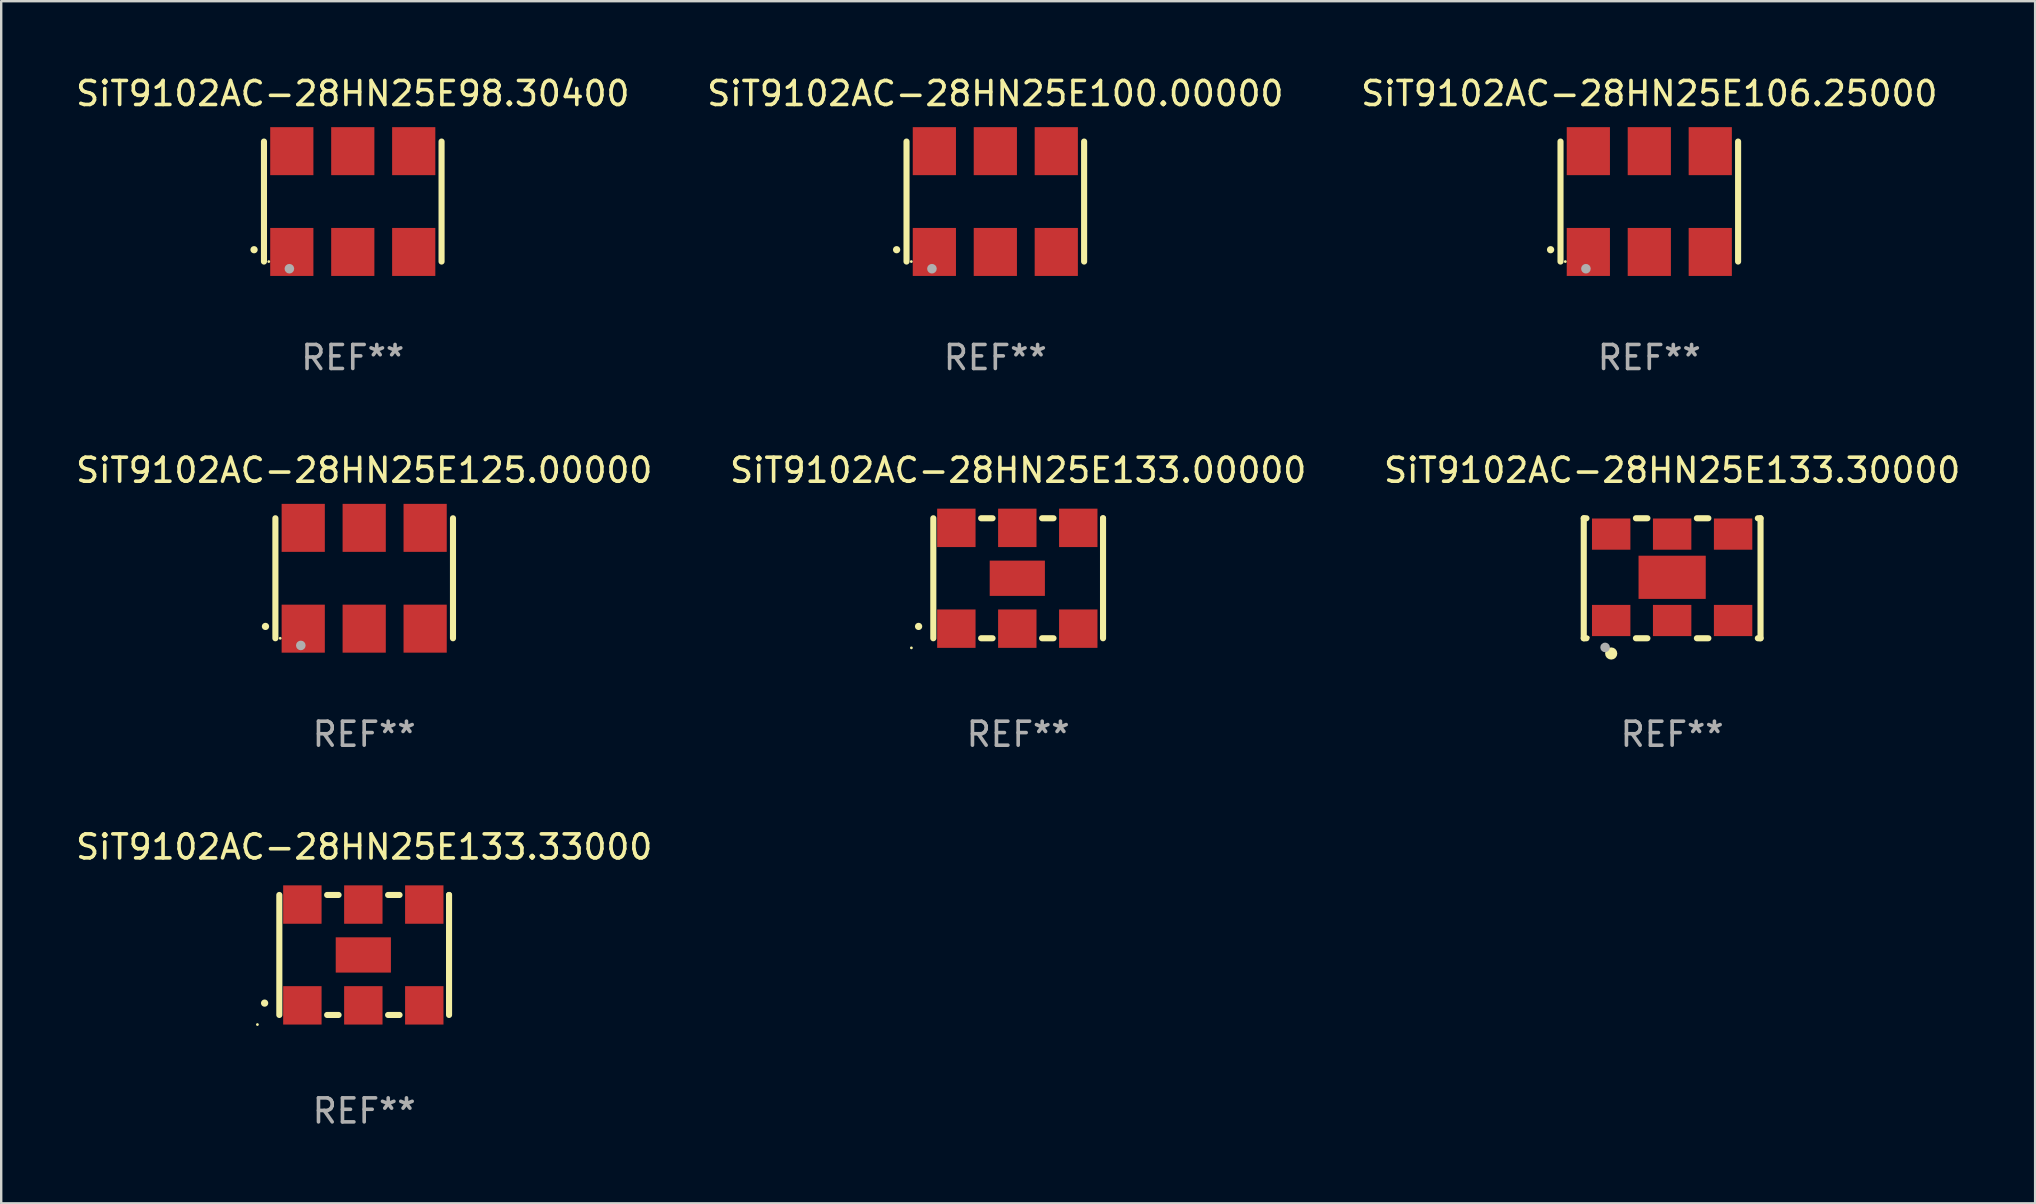
<source format=kicad_pcb>
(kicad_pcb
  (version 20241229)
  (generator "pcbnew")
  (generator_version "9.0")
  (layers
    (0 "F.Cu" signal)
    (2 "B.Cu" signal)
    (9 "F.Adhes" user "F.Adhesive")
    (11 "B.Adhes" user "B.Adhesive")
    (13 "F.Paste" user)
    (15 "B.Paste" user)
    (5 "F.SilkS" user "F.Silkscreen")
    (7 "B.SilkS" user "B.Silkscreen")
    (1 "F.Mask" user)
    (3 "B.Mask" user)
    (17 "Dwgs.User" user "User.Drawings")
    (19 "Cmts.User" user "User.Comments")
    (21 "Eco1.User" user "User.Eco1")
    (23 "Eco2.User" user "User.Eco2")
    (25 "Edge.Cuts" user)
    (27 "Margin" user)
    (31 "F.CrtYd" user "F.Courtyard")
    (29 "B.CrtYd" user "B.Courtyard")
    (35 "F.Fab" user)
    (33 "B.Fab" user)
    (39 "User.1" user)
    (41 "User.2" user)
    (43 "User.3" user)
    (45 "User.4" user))
  (footprint "SiT9102AC-28HN25E133.00000"
    (layer "F.Cu")
    (at 39.375 21.045)
    (property "Reference" "SiT9102AC-28HN25E133.00000" (at 0 -4.5 0) (layer "F.SilkS") (effects (font (size 1 1) (thickness 0.15))))
    (attr through_hole)
    (fp_line (start -3.536 -2.5) (end -3.536 2.5) (stroke (width 0.254) (type solid)) (layer "F.SilkS"))
    (fp_line (start -1.544 2.5) (end -1.067 2.5) (stroke (width 0.254) (type solid)) (layer "F.SilkS"))
    (fp_line (start -1.067 -2.5) (end -1.544 -2.5) (stroke (width 0.254) (type solid)) (layer "F.SilkS"))
    (fp_line (start 0.996 2.5) (end 1.473 2.5) (stroke (width 0.254) (type solid)) (layer "F.SilkS"))
    (fp_line (start 1.473 -2.5) (end 0.996 -2.5) (stroke (width 0.254) (type solid)) (layer "F.SilkS"))
    (fp_line (start 3.536 -2.5) (end 3.536 -2.5) (stroke (width 0.254) (type solid)) (layer "F.SilkS"))
    (fp_line (start 3.536 2.5) (end 3.536 -2.5) (stroke (width 0.254) (type solid)) (layer "F.SilkS"))
    (fp_arc (start -4.150432 2.006604) (mid -4.149162 2.006599) (end -4.147892 2.006604) (stroke (width 0.3) (type solid)) (layer "F.SilkS"))
    (fp_circle (center -4.449 2.9) (end -4.419 2.9) (stroke (width 0.06) (type solid)) (fill no) (layer "F.SilkS"))
    (fp_text user "REF**" (at 0 6.5 0) (layer "F.Fab") (effects (font (size 1 1) (thickness 0.15))))
    (pad "1" smd rect (at -2.576 2.1) (size 1.6 1.6) (layers "F.Cu" "F.Mask" "F.Paste"))
    (pad "2" smd rect (at -0.036 2.1) (size 1.6 1.6) (layers "F.Cu" "F.Mask" "F.Paste"))
    (pad "3" smd rect (at 2.504 2.1) (size 1.6 1.6) (layers "F.Cu" "F.Mask" "F.Paste"))
    (pad "4" smd rect (at 2.504 -2.1) (size 1.6 1.6) (layers "F.Cu" "F.Mask" "F.Paste"))
    (pad "5" smd rect (at -0.036 -2.1) (size 1.6 1.6) (layers "F.Cu" "F.Mask" "F.Paste"))
    (pad "6" smd rect (at -2.576 -2.1) (size 1.6 1.6) (layers "F.Cu" "F.Mask" "F.Paste"))
    (pad "7" smd rect (at -0.036 0) (size 2.3 1.47) (layers "F.Cu" "F.Mask" "F.Paste")))
  (footprint "SiT9102AC-28HN25E125.00000"
    (layer "F.Cu")
    (at 12.125 21.045)
    (property "Reference" "SiT9102AC-28HN25E125.00000" (at 0 -4.5 0) (layer "F.SilkS") (effects (font (size 1 1) (thickness 0.15))))
    (attr through_hole)
    (fp_line (start -3.7 -2.5) (end -3.7 2.5) (stroke (width 0.254) (type solid)) (layer "F.SilkS"))
    (fp_line (start 3.7 -2.5) (end 3.7 2.5) (stroke (width 0.254) (type solid)) (layer "F.SilkS"))
    (fp_arc (start -4.114415 2.006604) (mid -4.113145 2.006599) (end -4.111875 2.006604) (stroke (width 0.3) (type solid)) (layer "F.SilkS"))
    (fp_circle (center -3.5 2.501) (end -3.47 2.501) (stroke (width 0.06) (type solid)) (fill no) (layer "F.SilkS"))
    (fp_circle (center -2.641 2.799) (end -2.541 2.799) (stroke (width 0.2) (type solid)) (fill no) (layer "F.Fab"))
    (fp_text user "REF**" (at 0 6.5 0) (layer "F.Fab") (effects (font (size 1 1) (thickness 0.15))))
    (pad "1" smd rect (at -2.54 2.1) (size 1.8 2) (layers "F.Cu" "F.Mask" "F.Paste"))
    (pad "2" smd rect (at 0.000394 2.1) (size 1.8 2) (layers "F.Cu" "F.Mask" "F.Paste"))
    (pad "3" smd rect (at 2.54 2.1) (size 1.8 2) (layers "F.Cu" "F.Mask" "F.Paste"))
    (pad "4" smd rect (at 2.54 -2.1) (size 1.8 2) (layers "F.Cu" "F.Mask" "F.Paste"))
    (pad "5" smd rect (at 0.000394 -2.1) (size 1.8 2) (layers "F.Cu" "F.Mask" "F.Paste"))
    (pad "6" smd rect (at -2.54 -2.1) (size 1.8 2) (layers "F.Cu" "F.Mask" "F.Paste")))
  (footprint "SiT9102AC-28HN25E98.30400"
    (layer "F.Cu")
    (at 11.649 5.348)
    (property "Reference" "SiT9102AC-28HN25E98.30400" (at 0 -4.5 0) (layer "F.SilkS") (effects (font (size 1 1) (thickness 0.15))))
    (attr through_hole)
    (fp_line (start -3.7 -2.5) (end -3.7 2.5) (stroke (width 0.254) (type solid)) (layer "F.SilkS"))
    (fp_line (start 3.7 -2.5) (end 3.7 2.5) (stroke (width 0.254) (type solid)) (layer "F.SilkS"))
    (fp_arc (start -4.114415 2.006604) (mid -4.113145 2.006599) (end -4.111875 2.006604) (stroke (width 0.3) (type solid)) (layer "F.SilkS"))
    (fp_circle (center -3.5 2.501) (end -3.47 2.501) (stroke (width 0.06) (type solid)) (fill no) (layer "F.SilkS"))
    (fp_circle (center -2.641 2.799) (end -2.541 2.799) (stroke (width 0.2) (type solid)) (fill no) (layer "F.Fab"))
    (fp_text user "REF**" (at 0 6.5 0) (layer "F.Fab") (effects (font (size 1 1) (thickness 0.15))))
    (pad "1" smd rect (at -2.54 2.1) (size 1.8 2) (layers "F.Cu" "F.Mask" "F.Paste"))
    (pad "2" smd rect (at 0.000394 2.1) (size 1.8 2) (layers "F.Cu" "F.Mask" "F.Paste"))
    (pad "3" smd rect (at 2.54 2.1) (size 1.8 2) (layers "F.Cu" "F.Mask" "F.Paste"))
    (pad "4" smd rect (at 2.54 -2.1) (size 1.8 2) (layers "F.Cu" "F.Mask" "F.Paste"))
    (pad "5" smd rect (at 0.000394 -2.1) (size 1.8 2) (layers "F.Cu" "F.Mask" "F.Paste"))
    (pad "6" smd rect (at -2.54 -2.1) (size 1.8 2) (layers "F.Cu" "F.Mask" "F.Paste")))
  (footprint "SiT9102AC-28HN25E133.30000"
    (layer "F.Cu")
    (at 66.625 21.045)
    (property "Reference" "SiT9102AC-28HN25E133.30000" (at 0 -4.5 0) (layer "F.SilkS") (effects (font (size 1 1) (thickness 0.15))))
    (attr through_hole)
    (fp_line (start -3.683 -2.5) (end -3.571 -2.5) (stroke (width 0.254) (type solid)) (layer "F.SilkS"))
    (fp_line (start -3.683 2.5) (end -3.683 -2.5) (stroke (width 0.254) (type solid)) (layer "F.SilkS"))
    (fp_line (start -3.683 2.5) (end -3.571 2.5) (stroke (width 0.254) (type solid)) (layer "F.SilkS"))
    (fp_line (start -1.509 -2.5) (end -1.031 -2.5) (stroke (width 0.254) (type solid)) (layer "F.SilkS"))
    (fp_line (start -1.509 2.5) (end -1.031 2.5) (stroke (width 0.254) (type solid)) (layer "F.SilkS"))
    (fp_line (start 1.031 -2.5) (end 1.509 -2.5) (stroke (width 0.254) (type solid)) (layer "F.SilkS"))
    (fp_line (start 1.031 2.5) (end 1.509 2.5) (stroke (width 0.254) (type solid)) (layer "F.SilkS"))
    (fp_line (start 3.571 -2.5) (end 3.683 -2.5) (stroke (width 0.254) (type solid)) (layer "F.SilkS"))
    (fp_line (start 3.571 2.5) (end 3.683 2.5) (stroke (width 0.254) (type solid)) (layer "F.SilkS"))
    (fp_line (start 3.683 2.5) (end 3.683 -2.5) (stroke (width 0.254) (type solid)) (layer "F.SilkS"))
    (fp_circle (center -3.5 2.46) (end -3.47 2.46) (stroke (width 0.06) (type solid)) (fill no) (layer "F.SilkS"))
    (fp_circle (center -2.54 3.135) (end -2.413 3.135) (stroke (width 0.254) (type solid)) (fill no) (layer "F.SilkS"))
    (fp_circle (center -2.794 2.881) (end -2.694 2.881) (stroke (width 0.2) (type solid)) (fill no) (layer "F.Fab"))
    (fp_text user "REF**" (at 0 6.5 0) (layer "F.Fab") (effects (font (size 1 1) (thickness 0.15))))
    (pad "1" smd rect (at -2.54 1.76) (size 1.6 1.3) (layers "F.Cu" "F.Mask" "F.Paste"))
    (pad "2" smd rect (at 0 1.76) (size 1.6 1.3) (layers "F.Cu" "F.Mask" "F.Paste"))
    (pad "3" smd rect (at 2.54 1.76) (size 1.6 1.3) (layers "F.Cu" "F.Mask" "F.Paste"))
    (pad "4" smd rect (at 2.54 -1.84) (size 1.6 1.3) (layers "F.Cu" "F.Mask" "F.Paste"))
    (pad "5" smd rect (at 0 -1.84) (size 1.6 1.3) (layers "F.Cu" "F.Mask" "F.Paste"))
    (pad "6" smd rect (at -2.54 -1.84) (size 1.6 1.3) (layers "F.Cu" "F.Mask" "F.Paste"))
    (pad "7" smd rect (at 0 -0.04) (size 2.8 1.8) (layers "F.Cu" "F.Mask" "F.Paste")))
  (footprint "SiT9102AC-28HN25E100.00000"
    (layer "F.Cu")
    (at 38.423 5.348)
    (property "Reference" "SiT9102AC-28HN25E100.00000" (at 0 -4.5 0) (layer "F.SilkS") (effects (font (size 1 1) (thickness 0.15))))
    (attr through_hole)
    (fp_line (start -3.7 -2.5) (end -3.7 2.5) (stroke (width 0.254) (type solid)) (layer "F.SilkS"))
    (fp_line (start 3.7 -2.5) (end 3.7 2.5) (stroke (width 0.254) (type solid)) (layer "F.SilkS"))
    (fp_arc (start -4.114415 2.006604) (mid -4.113145 2.006599) (end -4.111875 2.006604) (stroke (width 0.3) (type solid)) (layer "F.SilkS"))
    (fp_circle (center -3.5 2.501) (end -3.47 2.501) (stroke (width 0.06) (type solid)) (fill no) (layer "F.SilkS"))
    (fp_circle (center -2.641 2.799) (end -2.541 2.799) (stroke (width 0.2) (type solid)) (fill no) (layer "F.Fab"))
    (fp_text user "REF**" (at 0 6.5 0) (layer "F.Fab") (effects (font (size 1 1) (thickness 0.15))))
    (pad "1" smd rect (at -2.54 2.1) (size 1.8 2) (layers "F.Cu" "F.Mask" "F.Paste"))
    (pad "2" smd rect (at 0.000394 2.1) (size 1.8 2) (layers "F.Cu" "F.Mask" "F.Paste"))
    (pad "3" smd rect (at 2.54 2.1) (size 1.8 2) (layers "F.Cu" "F.Mask" "F.Paste"))
    (pad "4" smd rect (at 2.54 -2.1) (size 1.8 2) (layers "F.Cu" "F.Mask" "F.Paste"))
    (pad "5" smd rect (at 0.000394 -2.1) (size 1.8 2) (layers "F.Cu" "F.Mask" "F.Paste"))
    (pad "6" smd rect (at -2.54 -2.1) (size 1.8 2) (layers "F.Cu" "F.Mask" "F.Paste")))
  (footprint "SiT9102AC-28HN25E133.33000"
    (layer "F.Cu")
    (at 12.125 36.741)
    (property "Reference" "SiT9102AC-28HN25E133.33000" (at 0 -4.5 0) (layer "F.SilkS") (effects (font (size 1 1) (thickness 0.15))))
    (attr through_hole)
    (fp_line (start -3.536 -2.5) (end -3.536 2.5) (stroke (width 0.254) (type solid)) (layer "F.SilkS"))
    (fp_line (start -1.544 2.5) (end -1.067 2.5) (stroke (width 0.254) (type solid)) (layer "F.SilkS"))
    (fp_line (start -1.067 -2.5) (end -1.544 -2.5) (stroke (width 0.254) (type solid)) (layer "F.SilkS"))
    (fp_line (start 0.996 2.5) (end 1.473 2.5) (stroke (width 0.254) (type solid)) (layer "F.SilkS"))
    (fp_line (start 1.473 -2.5) (end 0.996 -2.5) (stroke (width 0.254) (type solid)) (layer "F.SilkS"))
    (fp_line (start 3.536 -2.5) (end 3.536 -2.5) (stroke (width 0.254) (type solid)) (layer "F.SilkS"))
    (fp_line (start 3.536 2.5) (end 3.536 -2.5) (stroke (width 0.254) (type solid)) (layer "F.SilkS"))
    (fp_arc (start -4.150432 2.006604) (mid -4.149162 2.006599) (end -4.147892 2.006604) (stroke (width 0.3) (type solid)) (layer "F.SilkS"))
    (fp_circle (center -4.449 2.9) (end -4.419 2.9) (stroke (width 0.06) (type solid)) (fill no) (layer "F.SilkS"))
    (fp_text user "REF**" (at 0 6.5 0) (layer "F.Fab") (effects (font (size 1 1) (thickness 0.15))))
    (pad "1" smd rect (at -2.576 2.1) (size 1.6 1.6) (layers "F.Cu" "F.Mask" "F.Paste"))
    (pad "2" smd rect (at -0.036 2.1) (size 1.6 1.6) (layers "F.Cu" "F.Mask" "F.Paste"))
    (pad "3" smd rect (at 2.504 2.1) (size 1.6 1.6) (layers "F.Cu" "F.Mask" "F.Paste"))
    (pad "4" smd rect (at 2.504 -2.1) (size 1.6 1.6) (layers "F.Cu" "F.Mask" "F.Paste"))
    (pad "5" smd rect (at -0.036 -2.1) (size 1.6 1.6) (layers "F.Cu" "F.Mask" "F.Paste"))
    (pad "6" smd rect (at -2.576 -2.1) (size 1.6 1.6) (layers "F.Cu" "F.Mask" "F.Paste"))
    (pad "7" smd rect (at -0.036 0) (size 2.3 1.47) (layers "F.Cu" "F.Mask" "F.Paste")))
  (footprint "SiT9102AC-28HN25E106.25000"
    (layer "F.Cu")
    (at 65.673 5.348)
    (property "Reference" "SiT9102AC-28HN25E106.25000" (at 0 -4.5 0) (layer "F.SilkS") (effects (font (size 1 1) (thickness 0.15))))
    (attr through_hole)
    (fp_line (start -3.7 -2.5) (end -3.7 2.5) (stroke (width 0.254) (type solid)) (layer "F.SilkS"))
    (fp_line (start 3.7 -2.5) (end 3.7 2.5) (stroke (width 0.254) (type solid)) (layer "F.SilkS"))
    (fp_arc (start -4.114415 2.006604) (mid -4.113145 2.006599) (end -4.111875 2.006604) (stroke (width 0.3) (type solid)) (layer "F.SilkS"))
    (fp_circle (center -3.5 2.501) (end -3.47 2.501) (stroke (width 0.06) (type solid)) (fill no) (layer "F.SilkS"))
    (fp_circle (center -2.641 2.799) (end -2.541 2.799) (stroke (width 0.2) (type solid)) (fill no) (layer "F.Fab"))
    (fp_text user "REF**" (at 0 6.5 0) (layer "F.Fab") (effects (font (size 1 1) (thickness 0.15))))
    (pad "1" smd rect (at -2.54 2.1) (size 1.8 2) (layers "F.Cu" "F.Mask" "F.Paste"))
    (pad "2" smd rect (at 0.000394 2.1) (size 1.8 2) (layers "F.Cu" "F.Mask" "F.Paste"))
    (pad "3" smd rect (at 2.54 2.1) (size 1.8 2) (layers "F.Cu" "F.Mask" "F.Paste"))
    (pad "4" smd rect (at 2.54 -2.1) (size 1.8 2) (layers "F.Cu" "F.Mask" "F.Paste"))
    (pad "5" smd rect (at 0.000394 -2.1) (size 1.8 2) (layers "F.Cu" "F.Mask" "F.Paste"))
    (pad "6" smd rect (at -2.54 -2.1) (size 1.8 2) (layers "F.Cu" "F.Mask" "F.Paste")))
  (gr_rect
    (start -3 -3)
    (end 81.75 47.09)
    (stroke (width 0.1) (type default))
    (fill no)
    (layer "Edge.Cuts")))
</source>
